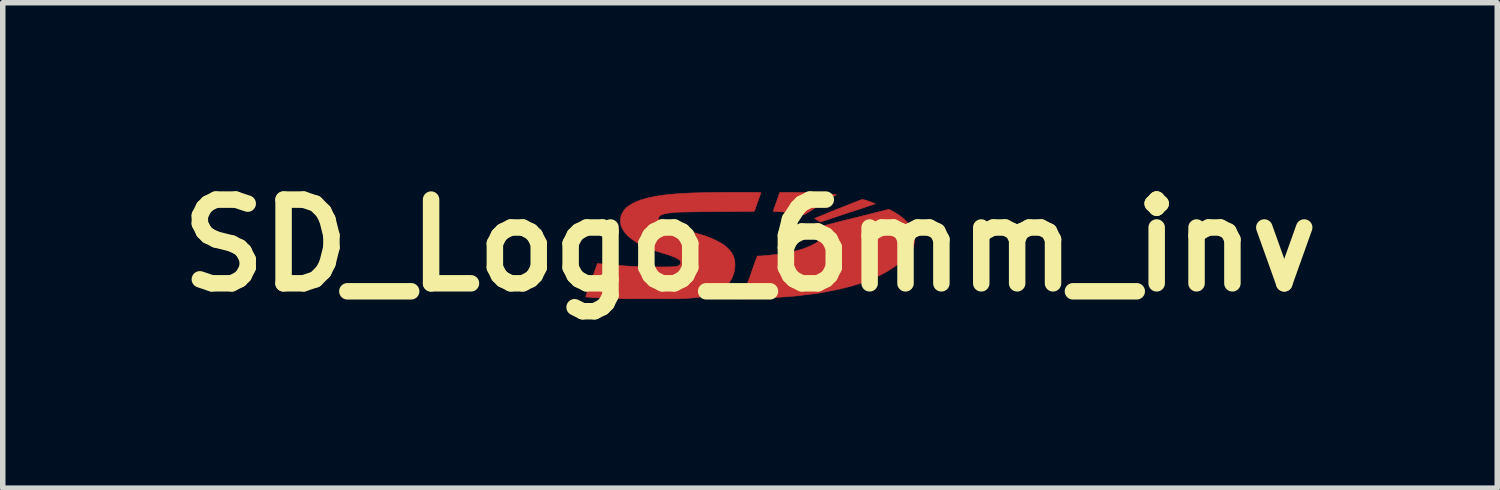
<source format=kicad_pcb>
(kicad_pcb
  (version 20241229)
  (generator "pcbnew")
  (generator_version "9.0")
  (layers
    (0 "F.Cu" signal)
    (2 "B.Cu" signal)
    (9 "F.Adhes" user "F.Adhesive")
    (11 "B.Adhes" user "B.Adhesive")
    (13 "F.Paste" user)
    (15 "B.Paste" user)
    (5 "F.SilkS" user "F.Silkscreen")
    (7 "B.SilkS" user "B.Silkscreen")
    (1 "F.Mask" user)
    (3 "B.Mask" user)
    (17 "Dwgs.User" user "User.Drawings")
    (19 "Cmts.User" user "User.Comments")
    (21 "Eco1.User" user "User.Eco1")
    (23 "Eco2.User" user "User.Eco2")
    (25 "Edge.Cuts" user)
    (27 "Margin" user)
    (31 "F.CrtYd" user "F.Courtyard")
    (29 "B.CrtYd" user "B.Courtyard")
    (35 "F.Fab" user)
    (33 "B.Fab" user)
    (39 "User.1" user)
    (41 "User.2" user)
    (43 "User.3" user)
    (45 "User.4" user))
  (footprint "SD_Logo_6mm_inv"
    (layer "F.Cu")
    (at 10.603 1.418)
    (property "Reference" "SD_Logo_6mm_inv" (at 0 0 0) (layer "F.SilkS") (effects (font (size 1.524 1.524) (thickness 0.3))))
    (attr through_hole)
    (fp_poly (pts (xy 0.695 -0.965) (xy 0.804 -0.965) (xy 0.911 -0.963) (xy 1.015 -0.961) (xy 1.115 -0.958) (xy 1.209 -0.954) (xy 1.297 -0.95) (xy 1.377 -0.944) (xy 1.447 -0.939) (xy 1.507 -0.933) (xy 1.541 -0.928) (xy 1.572 -0.924) (xy 1.532 -0.899) (xy 1.505 -0.882) (xy 1.476 -0.863) (xy 1.456 -0.85) (xy 1.436 -0.838) (xy 1.409 -0.821) (xy 1.378 -0.802) (xy 1.347 -0.783) (xy 1.347 -0.782) (xy 1.319 -0.765) (xy 1.295 -0.751) (xy 1.278 -0.739) (xy 1.268 -0.733) (xy 1.267 -0.732) (xy 1.259 -0.726) (xy 1.243 -0.717) (xy 1.223 -0.705) (xy 1.198 -0.691) (xy 1.174 -0.676) (xy 1.159 -0.667) (xy 1.136 -0.651) (xy 1.107 -0.633) (xy 1.075 -0.613) (xy 1.045 -0.595) (xy 1.019 -0.579) (xy 1 -0.569) (xy 0.987 -0.562) (xy 0.977 -0.559) (xy 0.965 -0.558) (xy 0.948 -0.561) (xy 0.924 -0.566) (xy 0.851 -0.58) (xy 0.77 -0.593) (xy 0.687 -0.603) (xy 0.605 -0.61) (xy 0.535 -0.614) (xy 0.494 -0.616) (xy 0.463 -0.617) (xy 0.443 -0.619) (xy 0.43 -0.62) (xy 0.424 -0.623) (xy 0.422 -0.626) (xy 0.423 -0.628) (xy 0.428 -0.641) (xy 0.434 -0.659) (xy 0.436 -0.664) (xy 0.44 -0.678) (xy 0.449 -0.702) (xy 0.46 -0.732) (xy 0.472 -0.767) (xy 0.483 -0.797) (xy 0.496 -0.834) (xy 0.509 -0.87) (xy 0.52 -0.9) (xy 0.528 -0.924) (xy 0.532 -0.935) (xy 0.542 -0.965) (xy 0.695 -0.965)) (stroke (width 0.01) (type solid)) (fill yes) (layer "F.Cu"))
    (fp_poly (pts (xy 2.057 -0.836) (xy 2.077 -0.831) (xy 2.103 -0.824) (xy 2.131 -0.815) (xy 2.159 -0.806) (xy 2.183 -0.798) (xy 2.2 -0.791) (xy 2.201 -0.79) (xy 2.218 -0.783) (xy 2.241 -0.774) (xy 2.25 -0.77) (xy 2.281 -0.758) (xy 1.981 -0.658) (xy 1.921 -0.639) (xy 1.866 -0.62) (xy 1.815 -0.604) (xy 1.771 -0.589) (xy 1.733 -0.577) (xy 1.704 -0.568) (xy 1.684 -0.561) (xy 1.675 -0.559) (xy 1.675 -0.559) (xy 1.666 -0.556) (xy 1.651 -0.55) (xy 1.649 -0.55) (xy 1.636 -0.544) (xy 1.613 -0.536) (xy 1.584 -0.527) (xy 1.552 -0.516) (xy 1.547 -0.515) (xy 1.515 -0.505) (xy 1.487 -0.496) (xy 1.465 -0.488) (xy 1.453 -0.484) (xy 1.451 -0.483) (xy 1.44 -0.479) (xy 1.42 -0.472) (xy 1.394 -0.463) (xy 1.366 -0.454) (xy 1.337 -0.445) (xy 1.312 -0.437) (xy 1.294 -0.432) (xy 1.285 -0.429) (xy 1.277 -0.431) (xy 1.261 -0.439) (xy 1.24 -0.451) (xy 1.226 -0.46) (xy 1.174 -0.493) (xy 1.233 -0.516) (xy 1.282 -0.535) (xy 1.328 -0.554) (xy 1.37 -0.57) (xy 1.406 -0.585) (xy 1.435 -0.597) (xy 1.453 -0.605) (xy 1.458 -0.607) (xy 1.471 -0.613) (xy 1.494 -0.622) (xy 1.521 -0.633) (xy 1.543 -0.642) (xy 1.588 -0.66) (xy 1.636 -0.679) (xy 1.69 -0.7) (xy 1.751 -0.725) (xy 1.821 -0.752) (xy 1.899 -0.784) (xy 1.938 -0.799) (xy 1.974 -0.813) (xy 2.005 -0.825) (xy 2.028 -0.833) (xy 2.043 -0.838) (xy 2.046 -0.838) (xy 2.057 -0.836)) (stroke (width 0.01) (type solid)) (fill yes) (layer "F.Cu"))
    (fp_poly (pts (xy 2.579 -0.632) (xy 2.601 -0.62) (xy 2.619 -0.611) (xy 2.628 -0.604) (xy 2.63 -0.602) (xy 2.634 -0.597) (xy 2.636 -0.597) (xy 2.645 -0.594) (xy 2.662 -0.584) (xy 2.685 -0.569) (xy 2.712 -0.551) (xy 2.741 -0.53) (xy 2.753 -0.521) (xy 2.781 -0.499) (xy 2.813 -0.471) (xy 2.845 -0.438) (xy 2.877 -0.406) (xy 2.904 -0.374) (xy 2.924 -0.348) (xy 2.926 -0.344) (xy 2.957 -0.292) (xy 2.979 -0.243) (xy 2.992 -0.195) (xy 2.998 -0.144) (xy 2.998 -0.123) (xy 2.993 -0.051) (xy 2.976 0.017) (xy 2.947 0.079) (xy 2.923 0.115) (xy 2.899 0.145) (xy 2.867 0.181) (xy 2.829 0.219) (xy 2.789 0.257) (xy 2.748 0.294) (xy 2.709 0.327) (xy 2.684 0.346) (xy 2.668 0.357) (xy 2.658 0.366) (xy 2.655 0.368) (xy 2.648 0.374) (xy 2.633 0.384) (xy 2.611 0.399) (xy 2.585 0.415) (xy 2.558 0.433) (xy 2.531 0.45) (xy 2.507 0.466) (xy 2.487 0.477) (xy 2.487 0.478) (xy 2.432 0.508) (xy 2.369 0.54) (xy 2.302 0.573) (xy 2.233 0.603) (xy 2.167 0.63) (xy 2.128 0.645) (xy 2.101 0.655) (xy 2.077 0.664) (xy 2.06 0.671) (xy 2.055 0.673) (xy 2.042 0.678) (xy 2.018 0.686) (xy 1.984 0.697) (xy 1.942 0.711) (xy 1.892 0.726) (xy 1.867 0.733) (xy 1.803 0.751) (xy 1.729 0.77) (xy 1.645 0.79) (xy 1.549 0.811) (xy 1.441 0.832) (xy 1.322 0.855) (xy 1.315 0.857) (xy 1.287 0.861) (xy 1.25 0.867) (xy 1.205 0.873) (xy 1.157 0.88) (xy 1.108 0.886) (xy 1.083 0.889) (xy 1.036 0.895) (xy 0.99 0.9) (xy 0.948 0.905) (xy 0.912 0.91) (xy 0.885 0.913) (xy 0.873 0.915) (xy 0.824 0.92) (xy 0.763 0.926) (xy 0.692 0.932) (xy 0.611 0.937) (xy 0.522 0.943) (xy 0.427 0.948) (xy 0.325 0.953) (xy 0.219 0.957) (xy 0.168 0.959) (xy 0.118 0.961) (xy 0.068 0.963) (xy 0.021 0.965) (xy -0.021 0.966) (xy -0.055 0.968) (xy -0.074 0.969) (xy -0.145 0.973) (xy -0.117 0.891) (xy -0.103 0.851) (xy -0.087 0.805) (xy -0.071 0.759) (xy -0.06 0.727) (xy -0.049 0.696) (xy -0.039 0.668) (xy -0.031 0.646) (xy -0.026 0.633) (xy -0.025 0.632) (xy -0.021 0.621) (xy -0.013 0.601) (xy -0.004 0.575) (xy 0.006 0.546) (xy 0.019 0.51) (xy 0.032 0.471) (xy 0.046 0.43) (xy 0.06 0.392) (xy 0.072 0.356) (xy 0.083 0.325) (xy 0.091 0.302) (xy 0.096 0.288) (xy 0.097 0.286) (xy 0.101 0.275) (xy 0.108 0.257) (xy 0.116 0.235) (xy 0.13 0.194) (xy 0.178 0.192) (xy 0.207 0.191) (xy 0.243 0.188) (xy 0.277 0.185) (xy 0.286 0.184) (xy 0.315 0.181) (xy 0.352 0.177) (xy 0.393 0.173) (xy 0.434 0.169) (xy 0.445 0.168) (xy 0.486 0.164) (xy 0.529 0.159) (xy 0.57 0.154) (xy 0.604 0.15) (xy 0.61 0.149) (xy 0.642 0.143) (xy 0.682 0.136) (xy 0.726 0.126) (xy 0.772 0.116) (xy 0.819 0.105) (xy 0.862 0.093) (xy 0.902 0.083) (xy 0.934 0.073) (xy 0.957 0.065) (xy 0.962 0.063) (xy 0.974 0.058) (xy 0.994 0.051) (xy 1.018 0.042) (xy 1.026 0.039) (xy 1.059 0.026) (xy 1.097 0.009) (xy 1.135 -0.009) (xy 1.171 -0.028) (xy 1.202 -0.046) (xy 1.225 -0.061) (xy 1.229 -0.064) (xy 1.244 -0.075) (xy 1.255 -0.082) (xy 1.258 -0.083) (xy 1.264 -0.087) (xy 1.277 -0.098) (xy 1.293 -0.113) (xy 1.297 -0.116) (xy 1.333 -0.158) (xy 1.358 -0.199) (xy 1.372 -0.241) (xy 1.373 -0.281) (xy 1.363 -0.319) (xy 1.36 -0.326) (xy 1.352 -0.343) (xy 1.348 -0.356) (xy 1.348 -0.359) (xy 1.355 -0.361) (xy 1.372 -0.366) (xy 1.4 -0.374) (xy 1.435 -0.383) (xy 1.478 -0.394) (xy 1.526 -0.406) (xy 1.578 -0.42) (xy 1.592 -0.423) (xy 1.652 -0.438) (xy 1.713 -0.454) (xy 1.775 -0.469) (xy 1.833 -0.484) (xy 1.885 -0.497) (xy 1.93 -0.508) (xy 1.959 -0.515) (xy 2.059 -0.54) (xy 2.147 -0.562) (xy 2.226 -0.582) (xy 2.298 -0.6) (xy 2.363 -0.616) (xy 2.418 -0.63) (xy 2.528 -0.657) (xy 2.579 -0.632)) (stroke (width 0.01) (type solid)) (fill yes) (layer "F.Cu"))
    (fp_poly (pts (xy -0.043 -0.967) (xy 0.017 -0.967) (xy 0.07 -0.966) (xy 0.115 -0.966) (xy 0.151 -0.965) (xy 0.178 -0.964) (xy 0.193 -0.962) (xy 0.197 -0.961) (xy 0.195 -0.954) (xy 0.19 -0.937) (xy 0.183 -0.915) (xy 0.174 -0.891) (xy 0.166 -0.866) (xy 0.159 -0.846) (xy 0.153 -0.832) (xy 0.152 -0.829) (xy 0.148 -0.819) (xy 0.141 -0.799) (xy 0.131 -0.772) (xy 0.12 -0.74) (xy 0.114 -0.721) (xy 0.102 -0.688) (xy 0.093 -0.66) (xy 0.085 -0.639) (xy 0.08 -0.626) (xy 0.079 -0.623) (xy 0.072 -0.623) (xy 0.054 -0.622) (xy 0.024 -0.622) (xy -0.016 -0.621) (xy -0.065 -0.62) (xy -0.122 -0.62) (xy -0.188 -0.619) (xy -0.26 -0.618) (xy -0.339 -0.618) (xy -0.423 -0.617) (xy -0.511 -0.616) (xy -0.603 -0.616) (xy -0.608 -0.616) (xy -0.723 -0.615) (xy -0.829 -0.614) (xy -0.928 -0.613) (xy -1.017 -0.612) (xy -1.098 -0.611) (xy -1.169 -0.609) (xy -1.229 -0.608) (xy -1.279 -0.607) (xy -1.317 -0.606) (xy -1.344 -0.605) (xy -1.356 -0.604) (xy -1.393 -0.6) (xy -1.433 -0.595) (xy -1.471 -0.591) (xy -1.48 -0.59) (xy -1.539 -0.581) (xy -1.586 -0.568) (xy -1.623 -0.552) (xy -1.645 -0.536) (xy -1.664 -0.514) (xy -1.67 -0.492) (xy -1.664 -0.47) (xy -1.645 -0.449) (xy -1.614 -0.428) (xy -1.571 -0.406) (xy -1.524 -0.388) (xy -1.499 -0.378) (xy -1.476 -0.37) (xy -1.461 -0.363) (xy -1.458 -0.362) (xy -1.446 -0.357) (xy -1.424 -0.35) (xy -1.393 -0.341) (xy -1.355 -0.329) (xy -1.31 -0.316) (xy -1.262 -0.302) (xy -1.21 -0.287) (xy -1.157 -0.273) (xy -1.146 -0.27) (xy -1.055 -0.244) (xy -0.974 -0.221) (xy -0.903 -0.2) (xy -0.84 -0.18) (xy -0.784 -0.161) (xy -0.734 -0.142) (xy -0.688 -0.123) (xy -0.645 -0.104) (xy -0.627 -0.095) (xy -0.55 -0.055) (xy -0.485 -0.015) (xy -0.43 0.027) (xy -0.384 0.072) (xy -0.344 0.12) (xy -0.333 0.137) (xy -0.302 0.195) (xy -0.282 0.259) (xy -0.274 0.329) (xy -0.276 0.403) (xy -0.289 0.481) (xy -0.303 0.529) (xy -0.331 0.598) (xy -0.37 0.664) (xy -0.42 0.725) (xy -0.479 0.779) (xy -0.48 0.78) (xy -0.513 0.803) (xy -0.555 0.827) (xy -0.602 0.851) (xy -0.651 0.872) (xy -0.697 0.888) (xy -0.701 0.889) (xy -0.73 0.898) (xy -0.756 0.906) (xy -0.776 0.912) (xy -0.784 0.915) (xy -0.814 0.922) (xy -0.855 0.93) (xy -0.905 0.938) (xy -0.962 0.946) (xy -1.025 0.953) (xy -1.091 0.959) (xy -1.16 0.964) (xy -1.185 0.965) (xy -1.205 0.966) (xy -1.236 0.967) (xy -1.278 0.968) (xy -1.329 0.968) (xy -1.387 0.969) (xy -1.452 0.969) (xy -1.523 0.97) (xy -1.597 0.97) (xy -1.674 0.97) (xy -1.753 0.97) (xy -1.833 0.97) (xy -1.911 0.97) (xy -1.988 0.97) (xy -2.061 0.97) (xy -2.129 0.97) (xy -2.192 0.97) (xy -2.248 0.969) (xy -2.296 0.969) (xy -2.334 0.968) (xy -2.36 0.968) (xy -2.434 0.965) (xy -2.508 0.962) (xy -2.58 0.959) (xy -2.651 0.956) (xy -2.717 0.953) (xy -2.779 0.95) (xy -2.835 0.948) (xy -2.884 0.945) (xy -2.925 0.942) (xy -2.958 0.94) (xy -2.98 0.938) (xy -2.99 0.937) (xy -2.991 0.936) (xy -2.99 0.93) (xy -2.986 0.914) (xy -2.979 0.892) (xy -2.97 0.865) (xy -2.961 0.837) (xy -2.952 0.811) (xy -2.944 0.788) (xy -2.938 0.772) (xy -2.934 0.765) (xy -2.931 0.757) (xy -2.924 0.739) (xy -2.916 0.715) (xy -2.909 0.695) (xy -2.9 0.667) (xy -2.89 0.641) (xy -2.883 0.621) (xy -2.88 0.613) (xy -2.874 0.599) (xy -2.865 0.573) (xy -2.852 0.539) (xy -2.837 0.496) (xy -2.819 0.446) (xy -2.8 0.39) (xy -2.796 0.379) (xy -2.779 0.329) (xy -2.747 0.333) (xy -2.732 0.334) (xy -2.706 0.336) (xy -2.672 0.339) (xy -2.632 0.343) (xy -2.588 0.346) (xy -2.553 0.349) (xy -2.505 0.353) (xy -2.457 0.357) (xy -2.412 0.361) (xy -2.373 0.364) (xy -2.342 0.367) (xy -2.328 0.368) (xy -2.285 0.372) (xy -2.235 0.375) (xy -2.177 0.379) (xy -2.113 0.381) (xy -2.045 0.384) (xy -1.974 0.386) (xy -1.901 0.388) (xy -1.827 0.389) (xy -1.753 0.391) (xy -1.682 0.391) (xy -1.614 0.392) (xy -1.55 0.391) (xy -1.492 0.391) (xy -1.44 0.39) (xy -1.397 0.388) (xy -1.364 0.386) (xy -1.341 0.384) (xy -1.334 0.382) (xy -1.303 0.369) (xy -1.279 0.352) (xy -1.264 0.333) (xy -1.261 0.324) (xy -1.262 0.302) (xy -1.271 0.279) (xy -1.287 0.262) (xy -1.291 0.26) (xy -1.303 0.252) (xy -1.308 0.248) (xy -1.318 0.24) (xy -1.339 0.229) (xy -1.367 0.216) (xy -1.402 0.202) (xy -1.441 0.187) (xy -1.482 0.173) (xy -1.524 0.16) (xy -1.548 0.152) (xy -1.577 0.144) (xy -1.603 0.136) (xy -1.621 0.13) (xy -1.629 0.127) (xy -1.64 0.123) (xy -1.66 0.117) (xy -1.687 0.108) (xy -1.718 0.098) (xy -1.728 0.095) (xy -1.759 0.085) (xy -1.786 0.076) (xy -1.807 0.069) (xy -1.818 0.064) (xy -1.82 0.064) (xy -1.828 0.059) (xy -1.846 0.051) (xy -1.868 0.042) (xy -1.871 0.041) (xy -1.89 0.033) (xy -1.916 0.021) (xy -1.945 0.006) (xy -1.977 -0.009) (xy -2.007 -0.025) (xy -2.034 -0.039) (xy -2.055 -0.05) (xy -2.067 -0.058) (xy -2.067 -0.059) (xy -2.076 -0.064) (xy -2.091 -0.075) (xy -2.111 -0.088) (xy -2.113 -0.089) (xy -2.173 -0.131) (xy -2.227 -0.179) (xy -2.273 -0.229) (xy -2.31 -0.282) (xy -2.337 -0.334) (xy -2.353 -0.386) (xy -2.355 -0.4) (xy -2.358 -0.444) (xy -2.355 -0.492) (xy -2.347 -0.537) (xy -2.336 -0.565) (xy -2.319 -0.598) (xy -2.299 -0.631) (xy -2.277 -0.661) (xy -2.256 -0.683) (xy -2.255 -0.684) (xy -2.199 -0.726) (xy -2.138 -0.763) (xy -2.071 -0.796) (xy -1.993 -0.825) (xy -1.972 -0.832) (xy -1.901 -0.853) (xy -1.826 -0.872) (xy -1.746 -0.889) (xy -1.66 -0.904) (xy -1.568 -0.917) (xy -1.467 -0.928) (xy -1.357 -0.938) (xy -1.236 -0.946) (xy -1.105 -0.953) (xy -1.103 -0.953) (xy -1.058 -0.955) (xy -1.005 -0.957) (xy -0.945 -0.958) (xy -0.879 -0.96) (xy -0.808 -0.961) (xy -0.733 -0.963) (xy -0.655 -0.964) (xy -0.575 -0.965) (xy -0.494 -0.966) (xy -0.414 -0.966) (xy -0.334 -0.967) (xy -0.256 -0.967) (xy -0.181 -0.967) (xy -0.11 -0.967) (xy -0.043 -0.967)) (stroke (width 0.01) (type solid)) (fill yes) (layer "F.Cu"))
    (fp_poly (pts (xy 0.694 -0.965) (xy 0.803 -0.965) (xy 0.91 -0.963) (xy 1.014 -0.961) (xy 1.114 -0.958) (xy 1.208 -0.954) (xy 1.296 -0.95) (xy 1.376 -0.944) (xy 1.446 -0.939) (xy 1.506 -0.933) (xy 1.54 -0.928) (xy 1.571 -0.924) (xy 1.531 -0.899) (xy 1.504 -0.882) (xy 1.475 -0.863) (xy 1.455 -0.85) (xy 1.435 -0.838) (xy 1.408 -0.821) (xy 1.377 -0.802) (xy 1.346 -0.783) (xy 1.345 -0.782) (xy 1.318 -0.765) (xy 1.294 -0.751) (xy 1.276 -0.739) (xy 1.267 -0.733) (xy 1.266 -0.732) (xy 1.257 -0.726) (xy 1.241 -0.717) (xy 1.222 -0.705) (xy 1.197 -0.691) (xy 1.173 -0.676) (xy 1.158 -0.667) (xy 1.135 -0.651) (xy 1.105 -0.633) (xy 1.074 -0.613) (xy 1.044 -0.595) (xy 1.017 -0.579) (xy 0.999 -0.569) (xy 0.986 -0.562) (xy 0.976 -0.559) (xy 0.964 -0.558) (xy 0.946 -0.561) (xy 0.923 -0.566) (xy 0.85 -0.58) (xy 0.769 -0.593) (xy 0.686 -0.603) (xy 0.604 -0.61) (xy 0.534 -0.614) (xy 0.492 -0.616) (xy 0.462 -0.617) (xy 0.442 -0.619) (xy 0.429 -0.62) (xy 0.423 -0.623) (xy 0.421 -0.626) (xy 0.422 -0.628) (xy 0.426 -0.641) (xy 0.433 -0.659) (xy 0.434 -0.664) (xy 0.439 -0.678) (xy 0.448 -0.702) (xy 0.458 -0.732) (xy 0.471 -0.767) (xy 0.482 -0.797) (xy 0.495 -0.834) (xy 0.507 -0.87) (xy 0.518 -0.9) (xy 0.527 -0.924) (xy 0.531 -0.935) (xy 0.541 -0.965) (xy 0.694 -0.965)) (stroke (width 0.01) (type solid)) (fill yes) (layer "F.Mask"))
    (fp_poly (pts (xy 2.057 -0.836) (xy 2.077 -0.831) (xy 2.103 -0.824) (xy 2.131 -0.815) (xy 2.159 -0.806) (xy 2.183 -0.798) (xy 2.2 -0.791) (xy 2.201 -0.79) (xy 2.218 -0.783) (xy 2.241 -0.774) (xy 2.25 -0.77) (xy 2.281 -0.758) (xy 1.981 -0.658) (xy 1.921 -0.639) (xy 1.866 -0.62) (xy 1.815 -0.604) (xy 1.771 -0.589) (xy 1.733 -0.577) (xy 1.704 -0.568) (xy 1.684 -0.561) (xy 1.675 -0.559) (xy 1.675 -0.559) (xy 1.666 -0.556) (xy 1.651 -0.55) (xy 1.649 -0.55) (xy 1.636 -0.544) (xy 1.613 -0.536) (xy 1.584 -0.527) (xy 1.552 -0.516) (xy 1.547 -0.515) (xy 1.515 -0.505) (xy 1.487 -0.496) (xy 1.465 -0.488) (xy 1.453 -0.484) (xy 1.451 -0.483) (xy 1.44 -0.479) (xy 1.42 -0.472) (xy 1.394 -0.463) (xy 1.366 -0.454) (xy 1.337 -0.445) (xy 1.312 -0.437) (xy 1.294 -0.432) (xy 1.285 -0.429) (xy 1.277 -0.431) (xy 1.261 -0.439) (xy 1.24 -0.451) (xy 1.226 -0.46) (xy 1.174 -0.493) (xy 1.233 -0.516) (xy 1.282 -0.535) (xy 1.328 -0.554) (xy 1.37 -0.57) (xy 1.406 -0.585) (xy 1.435 -0.597) (xy 1.453 -0.605) (xy 1.458 -0.607) (xy 1.471 -0.613) (xy 1.494 -0.622) (xy 1.521 -0.633) (xy 1.543 -0.642) (xy 1.588 -0.66) (xy 1.636 -0.679) (xy 1.69 -0.7) (xy 1.751 -0.725) (xy 1.821 -0.752) (xy 1.899 -0.784) (xy 1.938 -0.799) (xy 1.974 -0.813) (xy 2.005 -0.825) (xy 2.028 -0.833) (xy 2.043 -0.838) (xy 2.046 -0.838) (xy 2.057 -0.836)) (stroke (width 0.01) (type solid)) (fill yes) (layer "F.Mask"))
    (fp_poly (pts (xy 2.577 -0.634) (xy 2.6 -0.622) (xy 2.617 -0.612) (xy 2.627 -0.605) (xy 2.628 -0.604) (xy 2.633 -0.599) (xy 2.634 -0.599) (xy 2.643 -0.595) (xy 2.66 -0.585) (xy 2.683 -0.571) (xy 2.71 -0.552) (xy 2.739 -0.532) (xy 2.752 -0.523) (xy 2.779 -0.501) (xy 2.811 -0.472) (xy 2.844 -0.44) (xy 2.875 -0.407) (xy 2.902 -0.376) (xy 2.922 -0.35) (xy 2.924 -0.346) (xy 2.956 -0.293) (xy 2.977 -0.245) (xy 2.99 -0.197) (xy 2.996 -0.146) (xy 2.997 -0.125) (xy 2.991 -0.052) (xy 2.974 0.015) (xy 2.945 0.077) (xy 2.922 0.114) (xy 2.897 0.144) (xy 2.865 0.179) (xy 2.827 0.217) (xy 2.787 0.256) (xy 2.746 0.292) (xy 2.707 0.325) (xy 2.682 0.344) (xy 2.667 0.356) (xy 2.656 0.364) (xy 2.653 0.367) (xy 2.647 0.372) (xy 2.631 0.383) (xy 2.61 0.397) (xy 2.584 0.414) (xy 2.556 0.432) (xy 2.529 0.449) (xy 2.505 0.464) (xy 2.486 0.476) (xy 2.485 0.476) (xy 2.431 0.507) (xy 2.368 0.539) (xy 2.3 0.571) (xy 2.231 0.602) (xy 2.166 0.629) (xy 2.126 0.644) (xy 2.099 0.654) (xy 2.076 0.662) (xy 2.059 0.669) (xy 2.053 0.671) (xy 2.04 0.676) (xy 2.016 0.685) (xy 1.982 0.696) (xy 1.94 0.709) (xy 1.89 0.724) (xy 1.865 0.732) (xy 1.802 0.75) (xy 1.728 0.769) (xy 1.643 0.788) (xy 1.547 0.809) (xy 1.44 0.831) (xy 1.32 0.854) (xy 1.313 0.855) (xy 1.285 0.86) (xy 1.248 0.865) (xy 1.204 0.872) (xy 1.156 0.878) (xy 1.106 0.884) (xy 1.081 0.887) (xy 1.034 0.893) (xy 0.989 0.899) (xy 0.947 0.904) (xy 0.911 0.908) (xy 0.883 0.911) (xy 0.872 0.913) (xy 0.822 0.919) (xy 0.761 0.924) (xy 0.69 0.93) (xy 0.609 0.936) (xy 0.521 0.941) (xy 0.425 0.946) (xy 0.323 0.951) (xy 0.217 0.955) (xy 0.167 0.957) (xy 0.117 0.959) (xy 0.067 0.961) (xy 0.019 0.963) (xy -0.023 0.965) (xy -0.057 0.966) (xy -0.076 0.967) (xy -0.147 0.971) (xy -0.118 0.89) (xy -0.104 0.849) (xy -0.088 0.803) (xy -0.073 0.758) (xy -0.062 0.726) (xy -0.051 0.694) (xy -0.041 0.666) (xy -0.033 0.645) (xy -0.028 0.632) (xy -0.027 0.63) (xy -0.023 0.62) (xy -0.015 0.6) (xy -0.006 0.573) (xy 0.004 0.545) (xy 0.017 0.508) (xy 0.031 0.469) (xy 0.045 0.429) (xy 0.058 0.39) (xy 0.071 0.354) (xy 0.081 0.324) (xy 0.09 0.301) (xy 0.095 0.287) (xy 0.096 0.284) (xy 0.1 0.274) (xy 0.106 0.255) (xy 0.114 0.233) (xy 0.129 0.192) (xy 0.176 0.191) (xy 0.206 0.189) (xy 0.241 0.187) (xy 0.276 0.184) (xy 0.284 0.183) (xy 0.313 0.18) (xy 0.35 0.176) (xy 0.392 0.172) (xy 0.433 0.168) (xy 0.443 0.167) (xy 0.484 0.162) (xy 0.527 0.157) (xy 0.568 0.152) (xy 0.602 0.148) (xy 0.608 0.147) (xy 0.641 0.142) (xy 0.68 0.134) (xy 0.724 0.125) (xy 0.771 0.114) (xy 0.817 0.103) (xy 0.861 0.092) (xy 0.9 0.081) (xy 0.932 0.072) (xy 0.955 0.064) (xy 0.961 0.062) (xy 0.972 0.057) (xy 0.992 0.049) (xy 1.017 0.04) (xy 1.024 0.037) (xy 1.058 0.024) (xy 1.095 0.007) (xy 1.134 -0.011) (xy 1.17 -0.03) (xy 1.201 -0.047) (xy 1.224 -0.062) (xy 1.228 -0.065) (xy 1.242 -0.076) (xy 1.253 -0.083) (xy 1.256 -0.084) (xy 1.262 -0.088) (xy 1.275 -0.099) (xy 1.292 -0.115) (xy 1.295 -0.118) (xy 1.332 -0.159) (xy 1.357 -0.201) (xy 1.37 -0.242) (xy 1.372 -0.283) (xy 1.361 -0.321) (xy 1.358 -0.328) (xy 1.35 -0.345) (xy 1.346 -0.357) (xy 1.346 -0.361) (xy 1.353 -0.363) (xy 1.371 -0.368) (xy 1.398 -0.375) (xy 1.434 -0.385) (xy 1.476 -0.396) (xy 1.524 -0.408) (xy 1.577 -0.421) (xy 1.59 -0.424) (xy 1.65 -0.44) (xy 1.712 -0.455) (xy 1.773 -0.47) (xy 1.831 -0.485) (xy 1.884 -0.498) (xy 1.929 -0.51) (xy 1.958 -0.517) (xy 2.057 -0.542) (xy 2.145 -0.564) (xy 2.225 -0.584) (xy 2.296 -0.602) (xy 2.361 -0.618) (xy 2.417 -0.631) (xy 2.526 -0.658) (xy 2.577 -0.634)) (stroke (width 0.01) (type solid)) (fill yes) (layer "F.Mask"))
    (fp_poly (pts (xy -0.043 -0.968) (xy 0.017 -0.967) (xy 0.07 -0.967) (xy 0.115 -0.966) (xy 0.151 -0.965) (xy 0.178 -0.964) (xy 0.193 -0.962) (xy 0.197 -0.961) (xy 0.195 -0.954) (xy 0.19 -0.938) (xy 0.183 -0.916) (xy 0.174 -0.891) (xy 0.166 -0.867) (xy 0.159 -0.846) (xy 0.153 -0.832) (xy 0.152 -0.829) (xy 0.148 -0.819) (xy 0.141 -0.799) (xy 0.131 -0.772) (xy 0.12 -0.74) (xy 0.114 -0.721) (xy 0.102 -0.689) (xy 0.093 -0.66) (xy 0.085 -0.639) (xy 0.08 -0.626) (xy 0.079 -0.623) (xy 0.072 -0.623) (xy 0.054 -0.622) (xy 0.024 -0.622) (xy -0.016 -0.621) (xy -0.065 -0.621) (xy -0.122 -0.62) (xy -0.188 -0.619) (xy -0.26 -0.619) (xy -0.339 -0.618) (xy -0.423 -0.617) (xy -0.511 -0.617) (xy -0.603 -0.616) (xy -0.608 -0.616) (xy -0.723 -0.615) (xy -0.829 -0.614) (xy -0.928 -0.613) (xy -1.017 -0.612) (xy -1.098 -0.611) (xy -1.169 -0.61) (xy -1.229 -0.609) (xy -1.279 -0.607) (xy -1.317 -0.606) (xy -1.344 -0.605) (xy -1.356 -0.604) (xy -1.393 -0.6) (xy -1.433 -0.595) (xy -1.471 -0.591) (xy -1.48 -0.59) (xy -1.539 -0.581) (xy -1.586 -0.568) (xy -1.623 -0.552) (xy -1.645 -0.536) (xy -1.664 -0.514) (xy -1.67 -0.492) (xy -1.664 -0.471) (xy -1.645 -0.449) (xy -1.614 -0.428) (xy -1.571 -0.406) (xy -1.524 -0.388) (xy -1.499 -0.379) (xy -1.476 -0.37) (xy -1.461 -0.364) (xy -1.458 -0.362) (xy -1.446 -0.358) (xy -1.424 -0.35) (xy -1.393 -0.341) (xy -1.355 -0.329) (xy -1.31 -0.316) (xy -1.262 -0.302) (xy -1.21 -0.288) (xy -1.157 -0.273) (xy -1.146 -0.27) (xy -1.055 -0.245) (xy -0.974 -0.222) (xy -0.903 -0.2) (xy -0.84 -0.18) (xy -0.784 -0.161) (xy -0.734 -0.142) (xy -0.688 -0.123) (xy -0.645 -0.104) (xy -0.627 -0.095) (xy -0.55 -0.055) (xy -0.485 -0.015) (xy -0.43 0.027) (xy -0.384 0.072) (xy -0.344 0.12) (xy -0.333 0.136) (xy -0.302 0.195) (xy -0.282 0.259) (xy -0.274 0.328) (xy -0.276 0.402) (xy -0.289 0.48) (xy -0.303 0.529) (xy -0.331 0.598) (xy -0.37 0.663) (xy -0.42 0.724) (xy -0.479 0.779) (xy -0.48 0.779) (xy -0.513 0.803) (xy -0.555 0.827) (xy -0.602 0.851) (xy -0.651 0.871) (xy -0.697 0.888) (xy -0.701 0.889) (xy -0.73 0.897) (xy -0.756 0.905) (xy -0.776 0.912) (xy -0.784 0.914) (xy -0.814 0.922) (xy -0.855 0.93) (xy -0.905 0.938) (xy -0.962 0.945) (xy -1.025 0.952) (xy -1.091 0.958) (xy -1.16 0.963) (xy -1.185 0.965) (xy -1.205 0.966) (xy -1.236 0.967) (xy -1.278 0.967) (xy -1.329 0.968) (xy -1.387 0.968) (xy -1.452 0.969) (xy -1.523 0.969) (xy -1.597 0.97) (xy -1.674 0.97) (xy -1.753 0.97) (xy -1.833 0.97) (xy -1.911 0.97) (xy -1.988 0.97) (xy -2.061 0.97) (xy -2.129 0.97) (xy -2.192 0.969) (xy -2.248 0.969) (xy -2.296 0.968) (xy -2.334 0.968) (xy -2.36 0.967) (xy -2.434 0.965) (xy -2.508 0.962) (xy -2.58 0.959) (xy -2.651 0.956) (xy -2.717 0.953) (xy -2.779 0.95) (xy -2.835 0.947) (xy -2.884 0.945) (xy -2.925 0.942) (xy -2.958 0.94) (xy -2.98 0.938) (xy -2.99 0.936) (xy -2.991 0.936) (xy -2.99 0.93) (xy -2.986 0.914) (xy -2.979 0.891) (xy -2.97 0.865) (xy -2.961 0.837) (xy -2.952 0.81) (xy -2.944 0.788) (xy -2.938 0.772) (xy -2.934 0.765) (xy -2.931 0.757) (xy -2.924 0.739) (xy -2.916 0.715) (xy -2.909 0.695) (xy -2.9 0.666) (xy -2.89 0.64) (xy -2.883 0.62) (xy -2.88 0.613) (xy -2.874 0.598) (xy -2.865 0.573) (xy -2.852 0.538) (xy -2.837 0.495) (xy -2.819 0.445) (xy -2.8 0.39) (xy -2.796 0.379) (xy -2.779 0.329) (xy -2.747 0.332) (xy -2.732 0.334) (xy -2.706 0.336) (xy -2.672 0.339) (xy -2.632 0.342) (xy -2.588 0.346) (xy -2.553 0.349) (xy -2.505 0.353) (xy -2.457 0.357) (xy -2.412 0.36) (xy -2.373 0.364) (xy -2.342 0.367) (xy -2.328 0.368) (xy -2.285 0.372) (xy -2.235 0.375) (xy -2.177 0.378) (xy -2.113 0.381) (xy -2.045 0.384) (xy -1.974 0.386) (xy -1.901 0.388) (xy -1.827 0.389) (xy -1.753 0.39) (xy -1.682 0.391) (xy -1.614 0.391) (xy -1.55 0.391) (xy -1.492 0.391) (xy -1.44 0.39) (xy -1.397 0.388) (xy -1.364 0.386) (xy -1.341 0.383) (xy -1.334 0.382) (xy -1.303 0.369) (xy -1.279 0.352) (xy -1.264 0.332) (xy -1.261 0.324) (xy -1.262 0.301) (xy -1.271 0.278) (xy -1.287 0.261) (xy -1.291 0.259) (xy -1.303 0.252) (xy -1.308 0.247) (xy -1.318 0.239) (xy -1.339 0.229) (xy -1.367 0.216) (xy -1.402 0.202) (xy -1.441 0.187) (xy -1.482 0.173) (xy -1.524 0.159) (xy -1.548 0.152) (xy -1.577 0.144) (xy -1.603 0.136) (xy -1.621 0.13) (xy -1.629 0.127) (xy -1.64 0.123) (xy -1.66 0.116) (xy -1.687 0.108) (xy -1.718 0.098) (xy -1.728 0.095) (xy -1.759 0.085) (xy -1.786 0.076) (xy -1.807 0.069) (xy -1.818 0.064) (xy -1.82 0.063) (xy -1.828 0.059) (xy -1.846 0.051) (xy -1.868 0.042) (xy -1.871 0.041) (xy -1.89 0.033) (xy -1.916 0.021) (xy -1.945 0.006) (xy -1.977 -0.01) (xy -2.007 -0.025) (xy -2.034 -0.039) (xy -2.055 -0.051) (xy -2.067 -0.058) (xy -2.067 -0.059) (xy -2.076 -0.065) (xy -2.091 -0.075) (xy -2.111 -0.088) (xy -2.113 -0.089) (xy -2.173 -0.132) (xy -2.227 -0.179) (xy -2.273 -0.23) (xy -2.31 -0.282) (xy -2.337 -0.335) (xy -2.353 -0.386) (xy -2.355 -0.4) (xy -2.358 -0.444) (xy -2.355 -0.492) (xy -2.347 -0.537) (xy -2.336 -0.565) (xy -2.319 -0.598) (xy -2.299 -0.632) (xy -2.277 -0.661) (xy -2.256 -0.683) (xy -2.255 -0.684) (xy -2.199 -0.727) (xy -2.138 -0.763) (xy -2.071 -0.796) (xy -1.993 -0.825) (xy -1.972 -0.832) (xy -1.901 -0.853) (xy -1.826 -0.872) (xy -1.746 -0.889) (xy -1.66 -0.904) (xy -1.568 -0.917) (xy -1.467 -0.928) (xy -1.357 -0.938) (xy -1.236 -0.946) (xy -1.105 -0.953) (xy -1.103 -0.953) (xy -1.058 -0.955) (xy -1.005 -0.957) (xy -0.945 -0.959) (xy -0.879 -0.96) (xy -0.808 -0.962) (xy -0.733 -0.963) (xy -0.655 -0.964) (xy -0.575 -0.965) (xy -0.494 -0.966) (xy -0.414 -0.967) (xy -0.334 -0.967) (xy -0.256 -0.967) (xy -0.181 -0.968) (xy -0.11 -0.968) (xy -0.043 -0.968)) (stroke (width 0.01) (type solid)) (fill yes) (layer "F.Mask")))
  (gr_rect
    (start -3 -3)
    (end 24.205 5.836)
    (stroke (width 0.1) (type default))
    (fill no)
    (layer "Edge.Cuts")))
</source>
